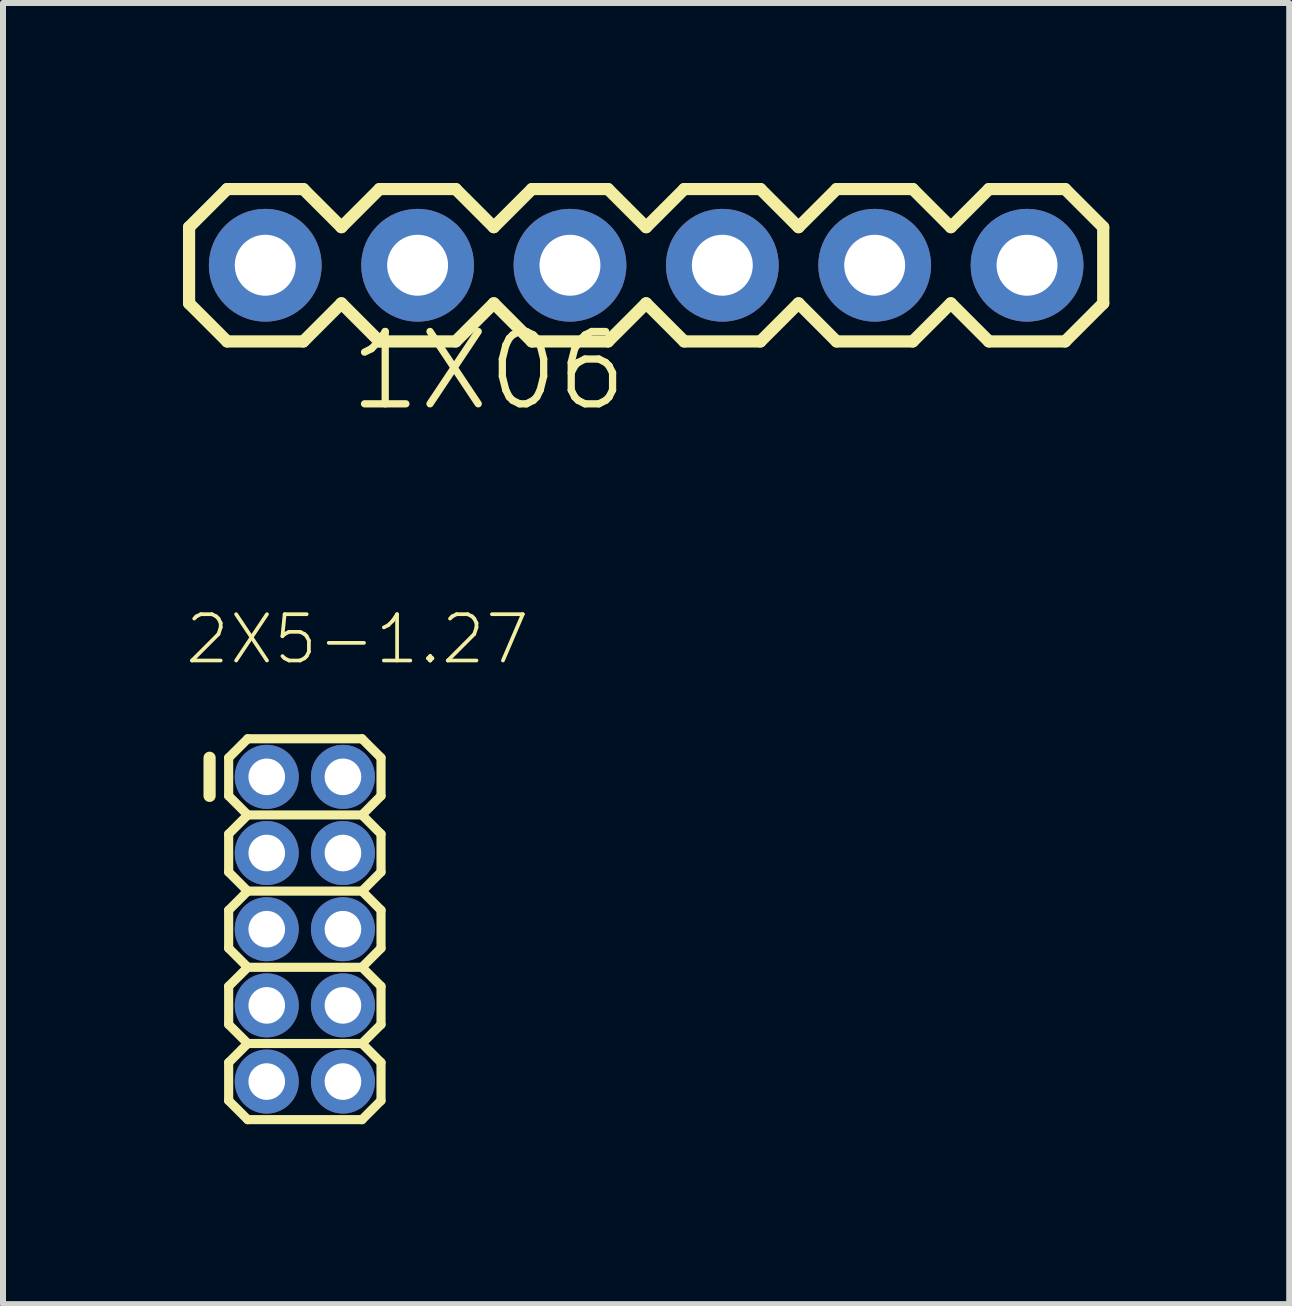
<source format=kicad_pcb>
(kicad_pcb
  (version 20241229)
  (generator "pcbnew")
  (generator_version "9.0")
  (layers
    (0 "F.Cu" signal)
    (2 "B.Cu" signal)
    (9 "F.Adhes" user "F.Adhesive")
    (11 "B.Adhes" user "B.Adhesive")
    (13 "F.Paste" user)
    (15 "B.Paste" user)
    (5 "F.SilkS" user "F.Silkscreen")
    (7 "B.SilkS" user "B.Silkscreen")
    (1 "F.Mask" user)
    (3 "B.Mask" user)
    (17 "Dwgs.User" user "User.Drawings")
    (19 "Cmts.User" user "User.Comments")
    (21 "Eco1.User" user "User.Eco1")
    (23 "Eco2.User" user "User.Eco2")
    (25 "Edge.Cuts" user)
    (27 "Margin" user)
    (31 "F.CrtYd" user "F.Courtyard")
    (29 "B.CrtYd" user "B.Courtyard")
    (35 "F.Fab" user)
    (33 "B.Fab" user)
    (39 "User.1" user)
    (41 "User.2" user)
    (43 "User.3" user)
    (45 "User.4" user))
  (footprint "1X06"
    (layer "F.Cu")
    (at 1.372 1.372)
    (property "Reference" "1X06" (at 1.346 2.464 180) (layer "F.SilkS") (effects (font (size 1.206 1.206) (thickness 0.121)) (justify left bottom)))
    (attr through_hole)
    (fp_line (start -1.27 -0.635) (end -1.27 0.635) (stroke (width 0.203) (type solid)) (layer "F.SilkS"))
    (fp_line (start -1.27 0.635) (end -0.635 1.27) (stroke (width 0.203) (type solid)) (layer "F.SilkS"))
    (fp_line (start -0.635 -1.27) (end -1.27 -0.635) (stroke (width 0.203) (type solid)) (layer "F.SilkS"))
    (fp_line (start -0.635 -1.27) (end 0.635 -1.27) (stroke (width 0.203) (type solid)) (layer "F.SilkS"))
    (fp_line (start 0.635 -1.27) (end 1.27 -0.635) (stroke (width 0.203) (type solid)) (layer "F.SilkS"))
    (fp_line (start 0.635 1.27) (end -0.635 1.27) (stroke (width 0.203) (type solid)) (layer "F.SilkS"))
    (fp_line (start 1.27 -0.635) (end 1.905 -1.27) (stroke (width 0.203) (type solid)) (layer "F.SilkS"))
    (fp_line (start 1.27 0.635) (end 0.635 1.27) (stroke (width 0.203) (type solid)) (layer "F.SilkS"))
    (fp_line (start 1.905 -1.27) (end 3.175 -1.27) (stroke (width 0.203) (type solid)) (layer "F.SilkS"))
    (fp_line (start 1.905 1.27) (end 1.27 0.635) (stroke (width 0.203) (type solid)) (layer "F.SilkS"))
    (fp_line (start 3.175 -1.27) (end 3.81 -0.635) (stroke (width 0.203) (type solid)) (layer "F.SilkS"))
    (fp_line (start 3.175 1.27) (end 1.905 1.27) (stroke (width 0.203) (type solid)) (layer "F.SilkS"))
    (fp_line (start 3.81 -0.635) (end 4.445 -1.27) (stroke (width 0.203) (type solid)) (layer "F.SilkS"))
    (fp_line (start 3.81 0.635) (end 3.175 1.27) (stroke (width 0.203) (type solid)) (layer "F.SilkS"))
    (fp_line (start 4.445 -1.27) (end 5.715 -1.27) (stroke (width 0.203) (type solid)) (layer "F.SilkS"))
    (fp_line (start 4.445 1.27) (end 3.81 0.635) (stroke (width 0.203) (type solid)) (layer "F.SilkS"))
    (fp_line (start 5.715 -1.27) (end 6.35 -0.635) (stroke (width 0.203) (type solid)) (layer "F.SilkS"))
    (fp_line (start 5.715 1.27) (end 4.445 1.27) (stroke (width 0.203) (type solid)) (layer "F.SilkS"))
    (fp_line (start 6.35 0.635) (end 5.715 1.27) (stroke (width 0.203) (type solid)) (layer "F.SilkS"))
    (fp_line (start 6.35 0.635) (end 6.985 1.27) (stroke (width 0.203) (type solid)) (layer "F.SilkS"))
    (fp_line (start 6.985 -1.27) (end 6.35 -0.635) (stroke (width 0.203) (type solid)) (layer "F.SilkS"))
    (fp_line (start 6.985 -1.27) (end 8.255 -1.27) (stroke (width 0.203) (type solid)) (layer "F.SilkS"))
    (fp_line (start 8.255 -1.27) (end 8.89 -0.635) (stroke (width 0.203) (type solid)) (layer "F.SilkS"))
    (fp_line (start 8.255 1.27) (end 6.985 1.27) (stroke (width 0.203) (type solid)) (layer "F.SilkS"))
    (fp_line (start 8.89 -0.635) (end 9.525 -1.27) (stroke (width 0.203) (type solid)) (layer "F.SilkS"))
    (fp_line (start 8.89 0.635) (end 8.255 1.27) (stroke (width 0.203) (type solid)) (layer "F.SilkS"))
    (fp_line (start 9.525 -1.27) (end 10.795 -1.27) (stroke (width 0.203) (type solid)) (layer "F.SilkS"))
    (fp_line (start 9.525 1.27) (end 8.89 0.635) (stroke (width 0.203) (type solid)) (layer "F.SilkS"))
    (fp_line (start 10.795 -1.27) (end 11.43 -0.635) (stroke (width 0.203) (type solid)) (layer "F.SilkS"))
    (fp_line (start 10.795 1.27) (end 9.525 1.27) (stroke (width 0.203) (type solid)) (layer "F.SilkS"))
    (fp_line (start 11.43 -0.635) (end 12.065 -1.27) (stroke (width 0.203) (type solid)) (layer "F.SilkS"))
    (fp_line (start 11.43 0.635) (end 10.795 1.27) (stroke (width 0.203) (type solid)) (layer "F.SilkS"))
    (fp_line (start 12.065 -1.27) (end 13.335 -1.27) (stroke (width 0.203) (type solid)) (layer "F.SilkS"))
    (fp_line (start 12.065 1.27) (end 11.43 0.635) (stroke (width 0.203) (type solid)) (layer "F.SilkS"))
    (fp_line (start 13.335 -1.27) (end 13.97 -0.635) (stroke (width 0.203) (type solid)) (layer "F.SilkS"))
    (fp_line (start 13.335 1.27) (end 12.065 1.27) (stroke (width 0.203) (type solid)) (layer "F.SilkS"))
    (fp_line (start 13.97 -0.635) (end 13.97 0.635) (stroke (width 0.203) (type solid)) (layer "F.SilkS"))
    (fp_line (start 13.97 0.635) (end 13.335 1.27) (stroke (width 0.203) (type solid)) (layer "F.SilkS"))
    (fp_poly (pts (xy -0.254 0.254) (xy 0.254 0.254) (xy 0.254 -0.254) (xy -0.254 -0.254)) (stroke (width 0.1) (type solid)) (fill no) (layer "F.Fab"))
    (fp_poly (pts (xy 2.286 0.254) (xy 2.794 0.254) (xy 2.794 -0.254) (xy 2.286 -0.254)) (stroke (width 0.1) (type solid)) (fill no) (layer "F.Fab"))
    (fp_poly (pts (xy 4.826 0.254) (xy 5.334 0.254) (xy 5.334 -0.254) (xy 4.826 -0.254)) (stroke (width 0.1) (type solid)) (fill no) (layer "F.Fab"))
    (fp_poly (pts (xy 7.366 0.254) (xy 7.874 0.254) (xy 7.874 -0.254) (xy 7.366 -0.254)) (stroke (width 0.1) (type solid)) (fill no) (layer "F.Fab"))
    (fp_poly (pts (xy 9.906 0.254) (xy 10.414 0.254) (xy 10.414 -0.254) (xy 9.906 -0.254)) (stroke (width 0.1) (type solid)) (fill no) (layer "F.Fab"))
    (fp_poly (pts (xy 12.446 0.254) (xy 12.954 0.254) (xy 12.954 -0.254) (xy 12.446 -0.254)) (stroke (width 0.1) (type solid)) (fill no) (layer "F.Fab"))
    (pad "1" thru_hole circle (at 0 0 90) (size 1.88 1.88) (drill 1.016) (layers "*.Cu" "*.Mask"))
    (pad "2" thru_hole circle (at 2.54 0 90) (size 1.88 1.88) (drill 1.016) (layers "*.Cu" "*.Mask"))
    (pad "3" thru_hole circle (at 5.08 0 90) (size 1.88 1.88) (drill 1.016) (layers "*.Cu" "*.Mask"))
    (pad "4" thru_hole circle (at 7.62 0 90) (size 1.88 1.88) (drill 1.016) (layers "*.Cu" "*.Mask"))
    (pad "5" thru_hole circle (at 10.16 0 90) (size 1.88 1.88) (drill 1.016) (layers "*.Cu" "*.Mask"))
    (pad "6" thru_hole circle (at 12.7 0 90) (size 1.88 1.88) (drill 1.016) (layers "*.Cu" "*.Mask")))
  (footprint "2X5-1.27"
    (layer "F.Cu")
    (at 2.667 13.711)
    (property "Reference" "2X5-1.27" (at -2.667 -5.652 0) (layer "F.SilkS") (effects (font (size 0.772 0.772) (thickness 0.062)) (justify left bottom)))
    (attr through_hole)
    (fp_line (start -2.223 -4.128) (end -2.223 -3.493) (stroke (width 0.203) (type solid)) (layer "F.SilkS"))
    (fp_line (start -1.905 -4.128) (end -1.905 -3.493) (stroke (width 0.152) (type solid)) (layer "F.SilkS"))
    (fp_line (start -1.905 -3.493) (end -1.587 -3.175) (stroke (width 0.152) (type solid)) (layer "F.SilkS"))
    (fp_line (start -1.905 -2.857) (end -1.905 -2.223) (stroke (width 0.152) (type solid)) (layer "F.SilkS"))
    (fp_line (start -1.905 -2.223) (end -1.587 -1.905) (stroke (width 0.152) (type solid)) (layer "F.SilkS"))
    (fp_line (start -1.905 -1.587) (end -1.905 -0.953) (stroke (width 0.152) (type solid)) (layer "F.SilkS"))
    (fp_line (start -1.905 -0.953) (end -1.587 -0.635) (stroke (width 0.152) (type solid)) (layer "F.SilkS"))
    (fp_line (start -1.905 -0.318) (end -1.905 0.318) (stroke (width 0.152) (type solid)) (layer "F.SilkS"))
    (fp_line (start -1.905 0.318) (end -1.587 0.635) (stroke (width 0.152) (type solid)) (layer "F.SilkS"))
    (fp_line (start -1.905 0.953) (end -1.905 1.587) (stroke (width 0.152) (type solid)) (layer "F.SilkS"))
    (fp_line (start -1.905 1.587) (end -1.587 1.905) (stroke (width 0.152) (type solid)) (layer "F.SilkS"))
    (fp_line (start -1.587 -4.445) (end -1.905 -4.128) (stroke (width 0.152) (type solid)) (layer "F.SilkS"))
    (fp_line (start -1.587 -4.445) (end 0.318 -4.445) (stroke (width 0.152) (type solid)) (layer "F.SilkS"))
    (fp_line (start -1.587 -3.175) (end -1.905 -2.857) (stroke (width 0.152) (type solid)) (layer "F.SilkS"))
    (fp_line (start -1.587 -1.905) (end -1.905 -1.587) (stroke (width 0.152) (type solid)) (layer "F.SilkS"))
    (fp_line (start -1.587 -0.635) (end -1.905 -0.318) (stroke (width 0.152) (type solid)) (layer "F.SilkS"))
    (fp_line (start -1.587 0.635) (end -1.905 0.953) (stroke (width 0.152) (type solid)) (layer "F.SilkS"))
    (fp_line (start 0.318 -4.445) (end 0.635 -4.128) (stroke (width 0.152) (type solid)) (layer "F.SilkS"))
    (fp_line (start 0.318 -3.175) (end -1.587 -3.175) (stroke (width 0.152) (type solid)) (layer "F.SilkS"))
    (fp_line (start 0.318 -3.175) (end 0.635 -2.857) (stroke (width 0.152) (type solid)) (layer "F.SilkS"))
    (fp_line (start 0.318 -1.905) (end -1.587 -1.905) (stroke (width 0.152) (type solid)) (layer "F.SilkS"))
    (fp_line (start 0.318 -1.905) (end 0.635 -1.587) (stroke (width 0.152) (type solid)) (layer "F.SilkS"))
    (fp_line (start 0.318 -0.635) (end -1.587 -0.635) (stroke (width 0.152) (type solid)) (layer "F.SilkS"))
    (fp_line (start 0.318 -0.635) (end 0.635 -0.318) (stroke (width 0.152) (type solid)) (layer "F.SilkS"))
    (fp_line (start 0.318 0.635) (end -1.587 0.635) (stroke (width 0.152) (type solid)) (layer "F.SilkS"))
    (fp_line (start 0.318 0.635) (end 0.635 0.953) (stroke (width 0.152) (type solid)) (layer "F.SilkS"))
    (fp_line (start 0.318 1.905) (end -1.587 1.905) (stroke (width 0.152) (type solid)) (layer "F.SilkS"))
    (fp_line (start 0.635 -4.128) (end 0.635 -3.493) (stroke (width 0.152) (type solid)) (layer "F.SilkS"))
    (fp_line (start 0.635 -3.493) (end 0.318 -3.175) (stroke (width 0.152) (type solid)) (layer "F.SilkS"))
    (fp_line (start 0.635 -2.857) (end 0.635 -2.223) (stroke (width 0.152) (type solid)) (layer "F.SilkS"))
    (fp_line (start 0.635 -2.223) (end 0.318 -1.905) (stroke (width 0.152) (type solid)) (layer "F.SilkS"))
    (fp_line (start 0.635 -1.587) (end 0.635 -0.953) (stroke (width 0.152) (type solid)) (layer "F.SilkS"))
    (fp_line (start 0.635 -0.953) (end 0.318 -0.635) (stroke (width 0.152) (type solid)) (layer "F.SilkS"))
    (fp_line (start 0.635 -0.318) (end 0.635 0.318) (stroke (width 0.152) (type solid)) (layer "F.SilkS"))
    (fp_line (start 0.635 0.318) (end 0.318 0.635) (stroke (width 0.152) (type solid)) (layer "F.SilkS"))
    (fp_line (start 0.635 0.953) (end 0.635 1.587) (stroke (width 0.152) (type solid)) (layer "F.SilkS"))
    (fp_line (start 0.635 1.587) (end 0.318 1.905) (stroke (width 0.152) (type solid)) (layer "F.SilkS"))
    (fp_poly (pts (xy -1.397 -3.683) (xy -1.143 -3.683) (xy -1.143 -3.937) (xy -1.397 -3.937)) (stroke (width 0.1) (type solid)) (fill no) (layer "F.Fab"))
    (fp_poly (pts (xy -1.397 -2.413) (xy -1.143 -2.413) (xy -1.143 -2.667) (xy -1.397 -2.667)) (stroke (width 0.1) (type solid)) (fill no) (layer "F.Fab"))
    (fp_poly (pts (xy -1.397 -1.143) (xy -1.143 -1.143) (xy -1.143 -1.397) (xy -1.397 -1.397)) (stroke (width 0.1) (type solid)) (fill no) (layer "F.Fab"))
    (fp_poly (pts (xy -1.397 0.127) (xy -1.143 0.127) (xy -1.143 -0.127) (xy -1.397 -0.127)) (stroke (width 0.1) (type solid)) (fill no) (layer "F.Fab"))
    (fp_poly (pts (xy -1.397 1.397) (xy -1.143 1.397) (xy -1.143 1.143) (xy -1.397 1.143)) (stroke (width 0.1) (type solid)) (fill no) (layer "F.Fab"))
    (fp_poly (pts (xy -0.127 -3.683) (xy 0.127 -3.683) (xy 0.127 -3.937) (xy -0.127 -3.937)) (stroke (width 0.1) (type solid)) (fill no) (layer "F.Fab"))
    (fp_poly (pts (xy -0.127 -2.413) (xy 0.127 -2.413) (xy 0.127 -2.667) (xy -0.127 -2.667)) (stroke (width 0.1) (type solid)) (fill no) (layer "F.Fab"))
    (fp_poly (pts (xy -0.127 -1.143) (xy 0.127 -1.143) (xy 0.127 -1.397) (xy -0.127 -1.397)) (stroke (width 0.1) (type solid)) (fill no) (layer "F.Fab"))
    (fp_poly (pts (xy -0.127 0.127) (xy 0.127 0.127) (xy 0.127 -0.127) (xy -0.127 -0.127)) (stroke (width 0.1) (type solid)) (fill no) (layer "F.Fab"))
    (fp_poly (pts (xy -0.127 1.397) (xy 0.127 1.397) (xy 0.127 1.143) (xy -0.127 1.143)) (stroke (width 0.1) (type solid)) (fill no) (layer "F.Fab"))
    (pad "1" thru_hole circle (at -1.27 -3.81 270) (size 1.067 1.067) (drill 0.61) (layers "*.Cu" "*.Mask"))
    (pad "2" thru_hole circle (at 0 -3.81 270) (size 1.067 1.067) (drill 0.61) (layers "*.Cu" "*.Mask"))
    (pad "3" thru_hole circle (at -1.27 -2.54 270) (size 1.067 1.067) (drill 0.61) (layers "*.Cu" "*.Mask"))
    (pad "4" thru_hole circle (at 0 -2.54 270) (size 1.067 1.067) (drill 0.61) (layers "*.Cu" "*.Mask"))
    (pad "5" thru_hole circle (at -1.27 -1.27 270) (size 1.067 1.067) (drill 0.61) (layers "*.Cu" "*.Mask"))
    (pad "6" thru_hole circle (at 0 -1.27 270) (size 1.067 1.067) (drill 0.61) (layers "*.Cu" "*.Mask"))
    (pad "7" thru_hole circle (at -1.27 0 270) (size 1.067 1.067) (drill 0.61) (layers "*.Cu" "*.Mask"))
    (pad "8" thru_hole circle (at 0 0 270) (size 1.067 1.067) (drill 0.61) (layers "*.Cu" "*.Mask"))
    (pad "9" thru_hole circle (at -1.27 1.27 270) (size 1.067 1.067) (drill 0.61) (layers "*.Cu" "*.Mask"))
    (pad "10" thru_hole circle (at 0 1.27 270) (size 1.067 1.067) (drill 0.61) (layers "*.Cu" "*.Mask")))
  (gr_rect
    (start -3 -3)
    (end 18.443 18.692)
    (stroke (width 0.1) (type default))
    (fill no)
    (layer "Edge.Cuts")))
</source>
